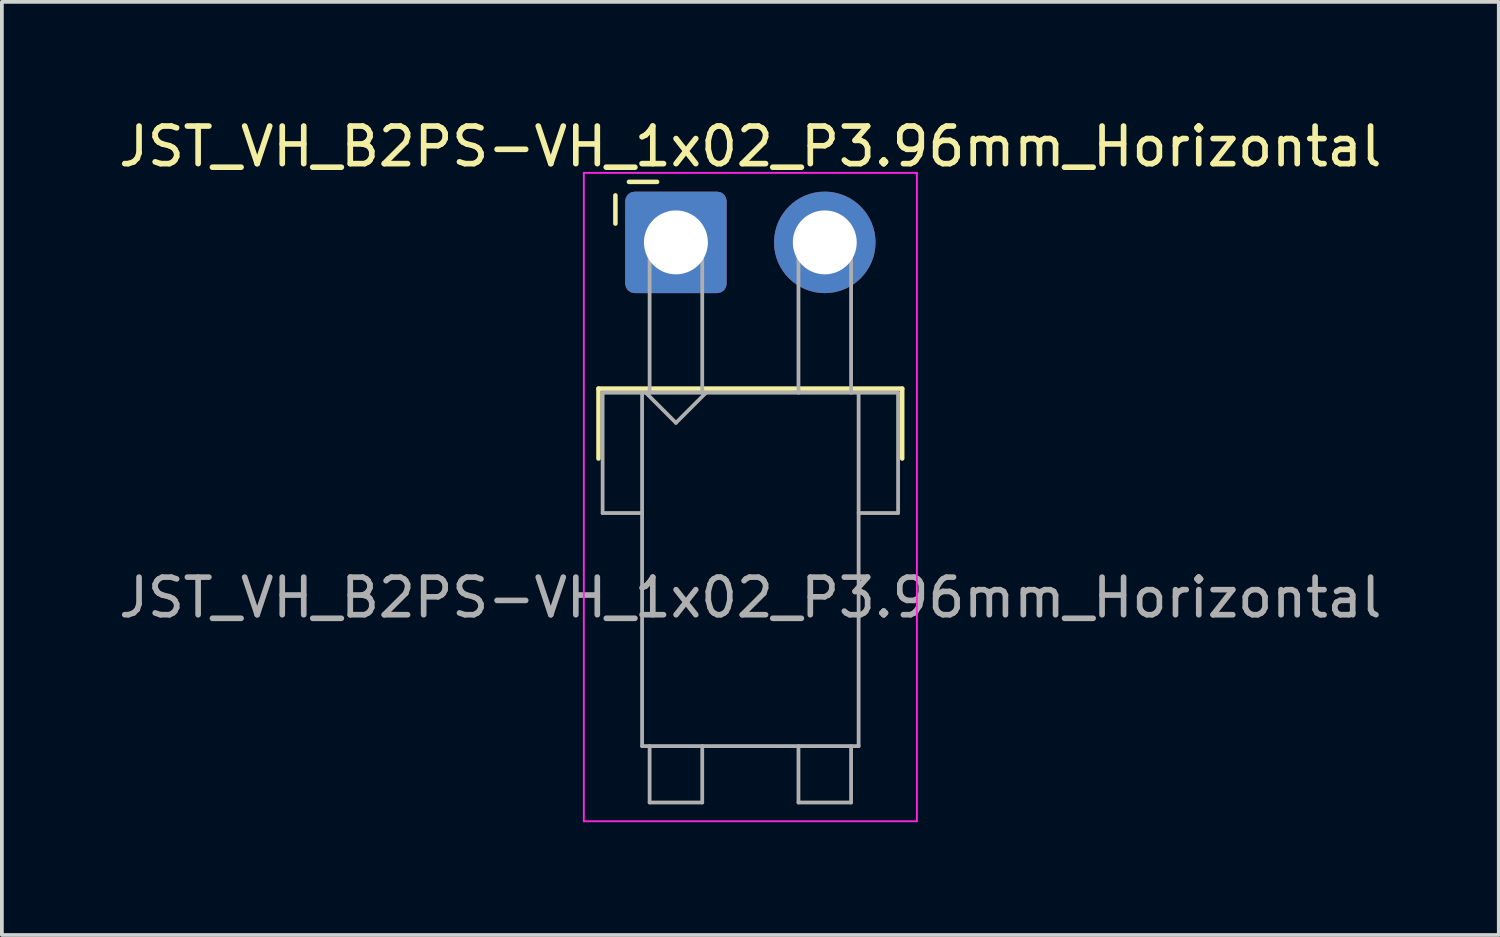
<source format=kicad_pcb>
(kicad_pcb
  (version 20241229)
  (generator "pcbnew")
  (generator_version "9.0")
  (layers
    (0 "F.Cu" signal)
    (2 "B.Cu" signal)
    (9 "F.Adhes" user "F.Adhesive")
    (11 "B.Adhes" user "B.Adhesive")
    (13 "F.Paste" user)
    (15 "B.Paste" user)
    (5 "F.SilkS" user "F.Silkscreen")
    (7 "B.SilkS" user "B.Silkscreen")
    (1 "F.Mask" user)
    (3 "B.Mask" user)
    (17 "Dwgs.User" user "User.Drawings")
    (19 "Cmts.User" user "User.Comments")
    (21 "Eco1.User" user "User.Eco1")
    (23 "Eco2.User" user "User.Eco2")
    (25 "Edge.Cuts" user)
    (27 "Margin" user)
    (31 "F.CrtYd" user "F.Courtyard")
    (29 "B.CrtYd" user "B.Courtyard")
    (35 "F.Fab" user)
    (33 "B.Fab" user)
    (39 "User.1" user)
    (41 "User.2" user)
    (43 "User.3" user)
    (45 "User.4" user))
  (footprint "JST_VH_B2PS-VH_1x02_P3.96mm_Horizontal"
    (layer "F.Cu")
    (at 14.931 3.398)
    (property "Reference" "JST_VH_B2PS-VH_1x02_P3.96mm_Horizontal" (at 1.98 -2.55 0) (layer "F.SilkS") (effects (font (size 1 1) (thickness 0.15))))
    (attr through_hole)
    (fp_line (start -2.06 3.89) (end 6.02 3.89) (stroke (width 0.12) (type solid)) (layer "F.SilkS"))
    (fp_line (start -2.06 5.75) (end -2.06 3.89) (stroke (width 0.12) (type solid)) (layer "F.SilkS"))
    (fp_line (start -1.61 -1.25) (end -1.61 -0.5) (stroke (width 0.12) (type solid)) (layer "F.SilkS"))
    (fp_line (start -0.5 -1.61) (end -1.25 -1.61) (stroke (width 0.12) (type solid)) (layer "F.SilkS"))
    (fp_line (start 6.02 3.89) (end 6.02 5.75) (stroke (width 0.12) (type solid)) (layer "F.SilkS"))
    (fp_line (start -2.45 -1.85) (end -2.45 15.4) (stroke (width 0.05) (type solid)) (layer "F.CrtYd"))
    (fp_line (start -2.45 15.4) (end 6.41 15.4) (stroke (width 0.05) (type solid)) (layer "F.CrtYd"))
    (fp_line (start 6.41 -1.85) (end -2.45 -1.85) (stroke (width 0.05) (type solid)) (layer "F.CrtYd"))
    (fp_line (start 6.41 15.4) (end 6.41 -1.85) (stroke (width 0.05) (type solid)) (layer "F.CrtYd"))
    (fp_line (start -1.95 4) (end -0.9 4) (stroke (width 0.1) (type solid)) (layer "F.Fab"))
    (fp_line (start -1.95 7.2) (end -1.95 4) (stroke (width 0.1) (type solid)) (layer "F.Fab"))
    (fp_line (start -0.9 4) (end -0.9 13.4) (stroke (width 0.1) (type solid)) (layer "F.Fab"))
    (fp_line (start -0.9 7.2) (end -1.95 7.2) (stroke (width 0.1) (type solid)) (layer "F.Fab"))
    (fp_line (start -0.9 13.4) (end 4.86 13.4) (stroke (width 0.1) (type solid)) (layer "F.Fab"))
    (fp_line (start -0.8 4) (end 0 4.8) (stroke (width 0.1) (type solid)) (layer "F.Fab"))
    (fp_line (start -0.7 0) (end 0.7 0) (stroke (width 0.1) (type solid)) (layer "F.Fab"))
    (fp_line (start -0.7 4) (end -0.7 0) (stroke (width 0.1) (type solid)) (layer "F.Fab"))
    (fp_line (start -0.7 13.4) (end -0.7 14.9) (stroke (width 0.1) (type solid)) (layer "F.Fab"))
    (fp_line (start -0.7 14.9) (end 0.7 14.9) (stroke (width 0.1) (type solid)) (layer "F.Fab"))
    (fp_line (start 0 4.8) (end 0.8 4) (stroke (width 0.1) (type solid)) (layer "F.Fab"))
    (fp_line (start 0.7 0) (end 0.7 4) (stroke (width 0.1) (type solid)) (layer "F.Fab"))
    (fp_line (start 0.7 14.9) (end 0.7 13.4) (stroke (width 0.1) (type solid)) (layer "F.Fab"))
    (fp_line (start 3.26 0) (end 4.66 0) (stroke (width 0.1) (type solid)) (layer "F.Fab"))
    (fp_line (start 3.26 4) (end 3.26 0) (stroke (width 0.1) (type solid)) (layer "F.Fab"))
    (fp_line (start 3.26 13.4) (end 3.26 14.9) (stroke (width 0.1) (type solid)) (layer "F.Fab"))
    (fp_line (start 3.26 14.9) (end 4.66 14.9) (stroke (width 0.1) (type solid)) (layer "F.Fab"))
    (fp_line (start 4.66 0) (end 4.66 4) (stroke (width 0.1) (type solid)) (layer "F.Fab"))
    (fp_line (start 4.66 14.9) (end 4.66 13.4) (stroke (width 0.1) (type solid)) (layer "F.Fab"))
    (fp_line (start 4.86 4) (end -0.9 4) (stroke (width 0.1) (type solid)) (layer "F.Fab"))
    (fp_line (start 4.86 4) (end 5.91 4) (stroke (width 0.1) (type solid)) (layer "F.Fab"))
    (fp_line (start 4.86 13.4) (end 4.86 4) (stroke (width 0.1) (type solid)) (layer "F.Fab"))
    (fp_line (start 5.91 4) (end 5.91 7.2) (stroke (width 0.1) (type solid)) (layer "F.Fab"))
    (fp_line (start 5.91 7.2) (end 4.86 7.2) (stroke (width 0.1) (type solid)) (layer "F.Fab"))
    (fp_text user "${REFERENCE}" (at 1.98 9.45 0) (layer "F.Fab") (effects (font (size 1 1) (thickness 0.15))))
    (pad "1" thru_hole roundrect (at 0 0) (size 2.7 2.7) (drill 1.7) (layers "*.Cu" "*.Mask") (roundrect_rratio 0.093))
    (pad "2" thru_hole circle (at 3.96 0) (size 2.7 2.7) (drill 1.7) (layers "*.Cu" "*.Mask")))
  (gr_rect
    (start -3 -3)
    (end 36.821 21.823)
    (stroke (width 0.1) (type default))
    (fill no)
    (layer "Edge.Cuts")))
</source>
